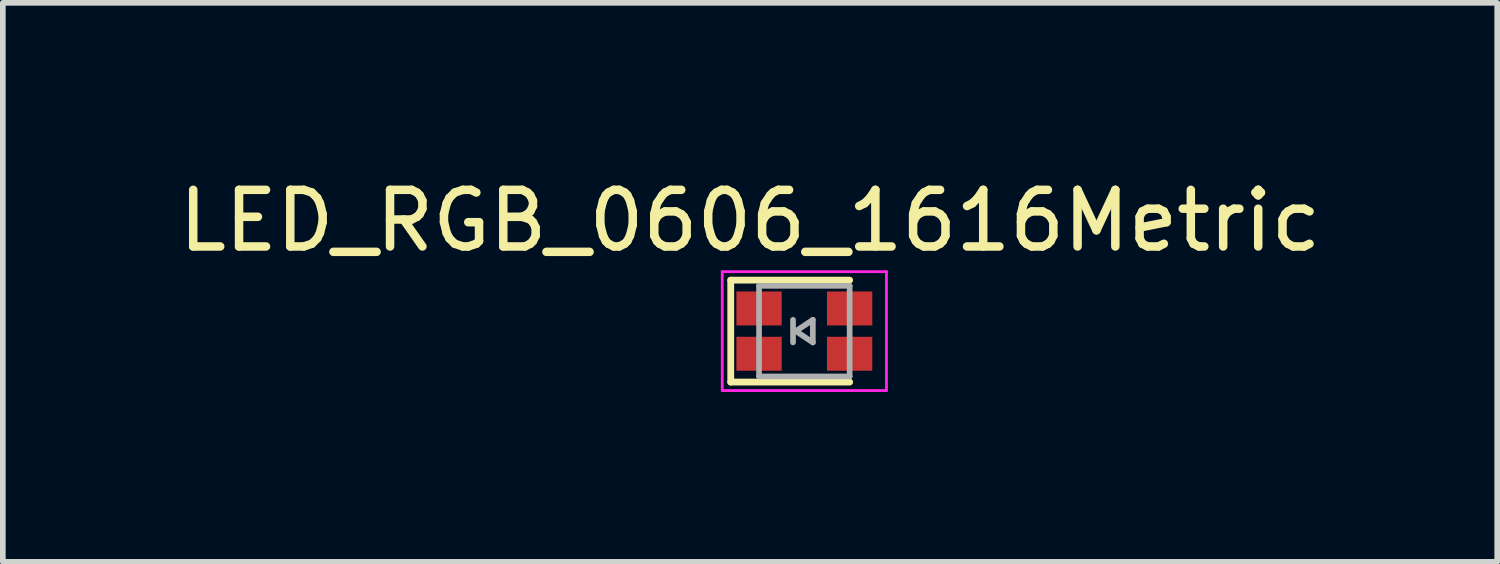
<source format=kicad_pcb>
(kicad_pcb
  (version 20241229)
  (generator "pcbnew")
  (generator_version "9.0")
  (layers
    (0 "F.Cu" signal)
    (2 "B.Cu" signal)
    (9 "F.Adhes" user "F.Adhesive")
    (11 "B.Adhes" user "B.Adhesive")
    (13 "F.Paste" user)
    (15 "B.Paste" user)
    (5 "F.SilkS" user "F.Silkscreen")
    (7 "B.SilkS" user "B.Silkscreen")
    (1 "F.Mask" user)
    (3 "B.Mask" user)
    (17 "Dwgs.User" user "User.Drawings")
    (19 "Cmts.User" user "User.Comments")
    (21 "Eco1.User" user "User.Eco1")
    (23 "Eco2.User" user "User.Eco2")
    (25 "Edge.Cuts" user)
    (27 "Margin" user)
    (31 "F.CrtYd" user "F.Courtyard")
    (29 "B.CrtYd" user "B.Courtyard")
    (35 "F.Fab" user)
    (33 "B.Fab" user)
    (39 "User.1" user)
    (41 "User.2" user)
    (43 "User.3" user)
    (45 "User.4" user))
  (footprint "LED_RGB_0606_1616Metric"
    (layer "F.Cu")
    (at 11.156 2.798)
    (property "Reference" "LED_RGB_0606_1616Metric" (at -0.96 -1.95 0) (layer "F.SilkS") (effects (font (size 1 1) (thickness 0.15))))
    (attr smd)
    (fp_line (start -1.3 -0.9) (end -1.3 0.9) (stroke (width 0.12) (type solid)) (layer "F.SilkS"))
    (fp_line (start -1.3 -0.9) (end 0.8 -0.9) (stroke (width 0.12) (type solid)) (layer "F.SilkS"))
    (fp_line (start -1.3 0.9) (end 0.8 0.9) (stroke (width 0.12) (type solid)) (layer "F.SilkS"))
    (fp_line (start -1.45 -1.05) (end 1.45 -1.05) (stroke (width 0.05) (type solid)) (layer "F.CrtYd"))
    (fp_line (start -1.45 1.05) (end -1.45 -1.05) (stroke (width 0.05) (type solid)) (layer "F.CrtYd"))
    (fp_line (start 1.45 -1.05) (end 1.45 1.05) (stroke (width 0.05) (type solid)) (layer "F.CrtYd"))
    (fp_line (start 1.45 1.05) (end -1.45 1.05) (stroke (width 0.05) (type solid)) (layer "F.CrtYd"))
    (fp_line (start -0.8 -0.8) (end 0.8 -0.8) (stroke (width 0.1) (type solid)) (layer "F.Fab"))
    (fp_line (start -0.8 0.8) (end -0.8 -0.8) (stroke (width 0.1) (type solid)) (layer "F.Fab"))
    (fp_line (start -0.2 -0.2) (end -0.2 0.2) (stroke (width 0.1) (type solid)) (layer "F.Fab"))
    (fp_line (start -0.15 0) (end 0.15 -0.2) (stroke (width 0.1) (type solid)) (layer "F.Fab"))
    (fp_line (start 0.15 -0.2) (end 0.15 0.2) (stroke (width 0.1) (type solid)) (layer "F.Fab"))
    (fp_line (start 0.15 0.2) (end -0.15 0) (stroke (width 0.1) (type solid)) (layer "F.Fab"))
    (fp_line (start 0.8 -0.8) (end 0.8 0.8) (stroke (width 0.1) (type solid)) (layer "F.Fab"))
    (fp_line (start 0.8 0.8) (end -0.8 0.8) (stroke (width 0.1) (type solid)) (layer "F.Fab"))
    (pad "1" smd rect (at -0.8 -0.4 180) (size 0.8 0.6) (layers "F.Cu" "F.Mask" "F.Paste"))
    (pad "2" smd rect (at -0.8 0.4 180) (size 0.8 0.6) (layers "F.Cu" "F.Mask" "F.Paste"))
    (pad "3" smd rect (at 0.8 0.4 180) (size 0.8 0.6) (layers "F.Cu" "F.Mask" "F.Paste"))
    (pad "4" smd rect (at 0.8 -0.4 180) (size 0.8 0.6) (layers "F.Cu" "F.Mask" "F.Paste")))
  (gr_rect
    (start -3 -3)
    (end 23.393 6.873)
    (stroke (width 0.1) (type default))
    (fill no)
    (layer "Edge.Cuts")))
</source>
